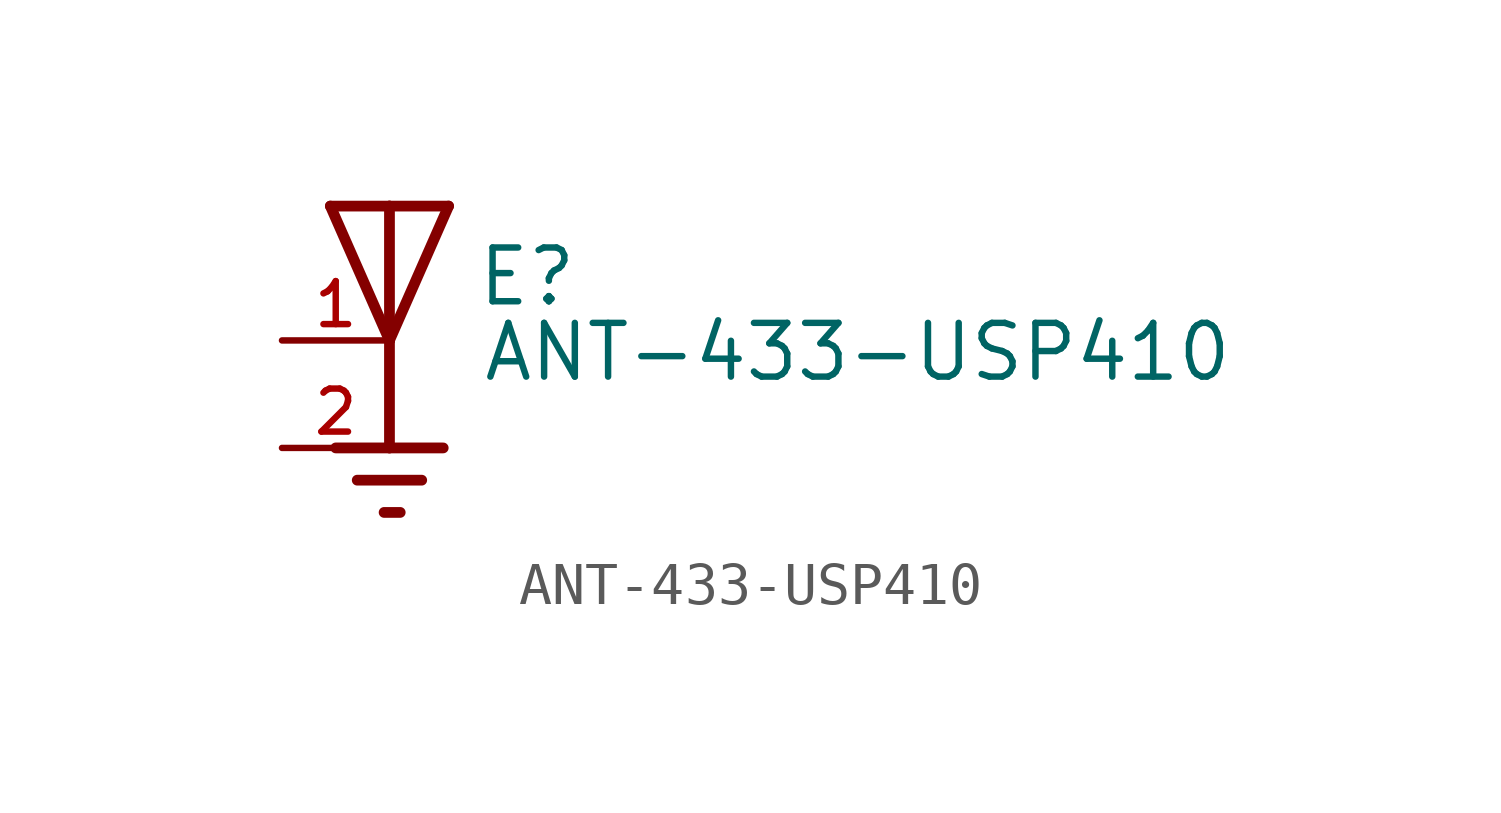
<source format=kicad_sym>
(kicad_symbol_lib
  (version 20231120)
  (generator "kicad_symbol_editor")
  (generator_version "8.0")
  (symbol "ANT-433-USP410"
    (pin_names
      (offset 1.016))
    (property "Reference" "E"
      (at 2.034 0.763 0)
      (effects (font (size 1.27 1.27)) (justify left bottom)))
    (property "Value" "ANT-433-USP410"
      (at 2.163 -1.018 0)
      (effects (font (size 1.27 1.27)) (justify left bottom)))
    (symbol "ANT-433-USP410_0_0"
      (polyline (pts (xy -1.397 3.175) (xy 0 3.175)) (stroke (width 0.254) (type default)) (fill (type none)))
      (polyline (pts (xy -0.762 -3.302) (xy 0.762 -3.302)) (stroke (width 0.254) (type default)) (fill (type none)))
      (polyline (pts (xy -0.127 -4.064) (xy 0.254 -4.064)) (stroke (width 0.254) (type default)) (fill (type none)))
      (polyline (pts (xy 0 -2.54) (xy -1.27 -2.54)) (stroke (width 0.254) (type default)) (fill (type none)))
      (polyline (pts (xy 0 -2.54) (xy 1.27 -2.54)) (stroke (width 0.254) (type default)) (fill (type none)))
      (polyline (pts (xy 0 0) (xy -1.397 3.175)) (stroke (width 0.254) (type default)) (fill (type none)))
      (polyline (pts (xy 0 0) (xy 0 -2.54)) (stroke (width 0.254) (type default)) (fill (type none)))
      (polyline (pts (xy 0 3.175) (xy 0 0)) (stroke (width 0.254) (type default)) (fill (type none)))
      (polyline (pts (xy 0 3.175) (xy 1.397 3.175)) (stroke (width 0.254) (type default)) (fill (type none)))
      (polyline (pts (xy 1.397 3.175) (xy 0 0)) (stroke (width 0.254) (type default)) (fill (type none)))
      (pin passive line (at -2.54 0 0) (length 2.54) (name "~" (effects (font (size 1.016 1.016)))) (number "1" (effects (font (size 1.016 1.016)))))
      (pin power_in line (at -2.54 -2.54 0) (length 2.54) (name "~" (effects (font (size 1.016 1.016)))) (number "2" (effects (font (size 1.016 1.016))))))))
</source>
